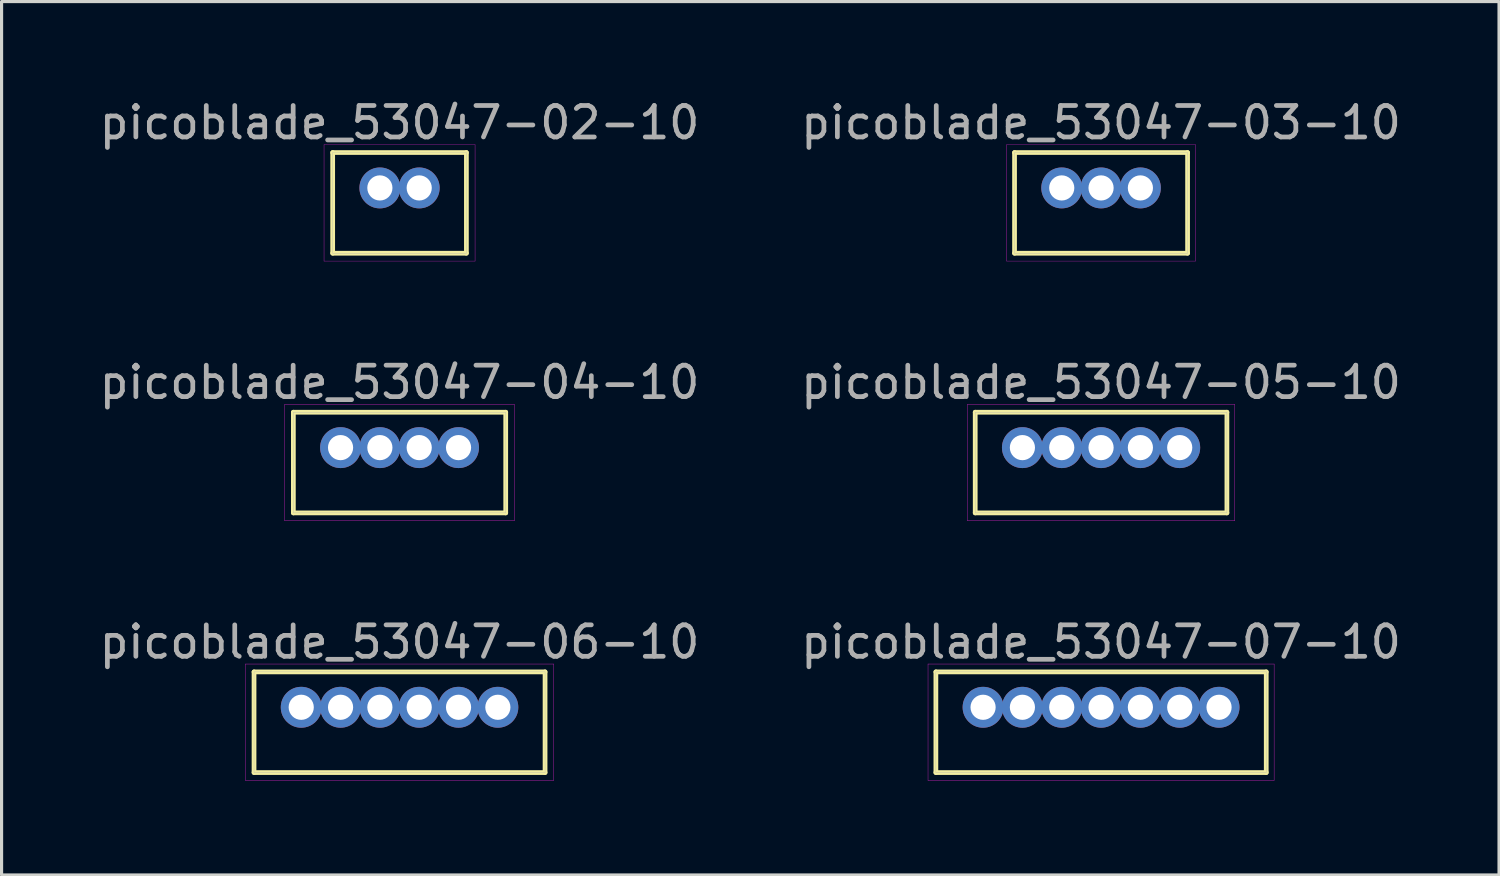
<source format=kicad_pcb>
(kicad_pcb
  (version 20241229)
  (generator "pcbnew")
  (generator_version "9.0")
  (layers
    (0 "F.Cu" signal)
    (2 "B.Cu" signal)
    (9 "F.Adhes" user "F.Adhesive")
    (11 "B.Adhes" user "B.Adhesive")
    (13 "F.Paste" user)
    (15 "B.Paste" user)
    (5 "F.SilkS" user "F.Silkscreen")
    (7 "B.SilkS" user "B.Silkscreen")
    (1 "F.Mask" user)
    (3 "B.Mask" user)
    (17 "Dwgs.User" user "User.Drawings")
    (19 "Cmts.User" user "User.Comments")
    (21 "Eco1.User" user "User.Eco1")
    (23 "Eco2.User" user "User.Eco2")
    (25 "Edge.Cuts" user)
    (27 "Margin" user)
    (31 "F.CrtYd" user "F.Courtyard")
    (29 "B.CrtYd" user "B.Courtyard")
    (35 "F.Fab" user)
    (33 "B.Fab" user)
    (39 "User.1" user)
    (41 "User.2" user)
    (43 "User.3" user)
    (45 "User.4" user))
  (footprint "picoblade_53047-07-10"
    (layer "F.Cu")
    (at 31.946 19.43)
    (property "Reference" "picoblade_53047-07-10" (at 0 -2.075 0) (layer "F.Fab") (effects (font (size 1 1) (thickness 0.15))))
    (attr through_hole)
    (fp_line (start -5.25 -1.125) (end 5.25 -1.125) (stroke (width 0.15) (type solid)) (layer "F.SilkS"))
    (fp_line (start -5.25 2.075) (end -5.25 -1.125) (stroke (width 0.15) (type solid)) (layer "F.SilkS"))
    (fp_line (start 5.25 -1.125) (end 5.25 2.075) (stroke (width 0.15) (type solid)) (layer "F.SilkS"))
    (fp_line (start 5.25 2.075) (end -5.25 2.075) (stroke (width 0.15) (type solid)) (layer "F.SilkS"))
    (fp_line (start -5.5 -1.375) (end 5.5 -1.375) (stroke (width 0.01) (type solid)) (layer "F.CrtYd"))
    (fp_line (start -5.5 2.325) (end -5.5 -1.375) (stroke (width 0.01) (type solid)) (layer "F.CrtYd"))
    (fp_line (start 5.5 -1.375) (end 5.5 2.325) (stroke (width 0.01) (type solid)) (layer "F.CrtYd"))
    (fp_line (start 5.5 2.325) (end -5.5 2.325) (stroke (width 0.01) (type solid)) (layer "F.CrtYd"))
    (fp_line (start -5.25 -1.125) (end 5.25 -1.125) (stroke (width 0.01) (type solid)) (layer "F.Fab"))
    (fp_line (start -5.25 2.075) (end -5.25 -1.125) (stroke (width 0.01) (type solid)) (layer "F.Fab"))
    (fp_line (start -4 -0.25) (end -3.5 -0.25) (stroke (width 0.01) (type solid)) (layer "F.Fab"))
    (fp_line (start -4 0.25) (end -4 -0.25) (stroke (width 0.01) (type solid)) (layer "F.Fab"))
    (fp_line (start -3.5 -0.25) (end -3.5 0.25) (stroke (width 0.01) (type solid)) (layer "F.Fab"))
    (fp_line (start -3.5 0.25) (end -4 0.25) (stroke (width 0.01) (type solid)) (layer "F.Fab"))
    (fp_line (start -2.75 -0.25) (end -2.25 -0.25) (stroke (width 0.01) (type solid)) (layer "F.Fab"))
    (fp_line (start -2.75 0.25) (end -2.75 -0.25) (stroke (width 0.01) (type solid)) (layer "F.Fab"))
    (fp_line (start -2.25 -0.25) (end -2.25 0.25) (stroke (width 0.01) (type solid)) (layer "F.Fab"))
    (fp_line (start -2.25 0.25) (end -2.75 0.25) (stroke (width 0.01) (type solid)) (layer "F.Fab"))
    (fp_line (start -1.5 -0.25) (end -1 -0.25) (stroke (width 0.01) (type solid)) (layer "F.Fab"))
    (fp_line (start -1.5 0.25) (end -1.5 -0.25) (stroke (width 0.01) (type solid)) (layer "F.Fab"))
    (fp_line (start -1 -0.25) (end -1 0.25) (stroke (width 0.01) (type solid)) (layer "F.Fab"))
    (fp_line (start -1 0.25) (end -1.5 0.25) (stroke (width 0.01) (type solid)) (layer "F.Fab"))
    (fp_line (start -0.25 -0.25) (end 0.25 -0.25) (stroke (width 0.01) (type solid)) (layer "F.Fab"))
    (fp_line (start -0.25 0.25) (end -0.25 -0.25) (stroke (width 0.01) (type solid)) (layer "F.Fab"))
    (fp_line (start 0.25 -0.25) (end 0.25 0.25) (stroke (width 0.01) (type solid)) (layer "F.Fab"))
    (fp_line (start 0.25 0.25) (end -0.25 0.25) (stroke (width 0.01) (type solid)) (layer "F.Fab"))
    (fp_line (start 1 -0.25) (end 1.5 -0.25) (stroke (width 0.01) (type solid)) (layer "F.Fab"))
    (fp_line (start 1 0.25) (end 1 -0.25) (stroke (width 0.01) (type solid)) (layer "F.Fab"))
    (fp_line (start 1.5 -0.25) (end 1.5 0.25) (stroke (width 0.01) (type solid)) (layer "F.Fab"))
    (fp_line (start 1.5 0.25) (end 1 0.25) (stroke (width 0.01) (type solid)) (layer "F.Fab"))
    (fp_line (start 2.25 -0.25) (end 2.75 -0.25) (stroke (width 0.01) (type solid)) (layer "F.Fab"))
    (fp_line (start 2.25 0.25) (end 2.25 -0.25) (stroke (width 0.01) (type solid)) (layer "F.Fab"))
    (fp_line (start 2.75 -0.25) (end 2.75 0.25) (stroke (width 0.01) (type solid)) (layer "F.Fab"))
    (fp_line (start 2.75 0.25) (end 2.25 0.25) (stroke (width 0.01) (type solid)) (layer "F.Fab"))
    (fp_line (start 3.5 -0.25) (end 4 -0.25) (stroke (width 0.01) (type solid)) (layer "F.Fab"))
    (fp_line (start 3.5 0.25) (end 3.5 -0.25) (stroke (width 0.01) (type solid)) (layer "F.Fab"))
    (fp_line (start 4 -0.25) (end 4 0.25) (stroke (width 0.01) (type solid)) (layer "F.Fab"))
    (fp_line (start 4 0.25) (end 3.5 0.25) (stroke (width 0.01) (type solid)) (layer "F.Fab"))
    (fp_line (start 5.25 -1.125) (end 5.25 2.075) (stroke (width 0.01) (type solid)) (layer "F.Fab"))
    (fp_line (start 5.25 2.075) (end -5.25 2.075) (stroke (width 0.01) (type solid)) (layer "F.Fab"))
    (pad "1" thru_hole circle (at 3.75 0) (size 1.3 1.3) (drill 0.8) (layers "*.Cu" "*.Mask"))
    (pad "2" thru_hole circle (at 2.5 0) (size 1.3 1.3) (drill 0.8) (layers "*.Cu" "*.Mask"))
    (pad "3" thru_hole circle (at 1.25 0) (size 1.3 1.3) (drill 0.8) (layers "*.Cu" "*.Mask"))
    (pad "4" thru_hole circle (at 0 0) (size 1.3 1.3) (drill 0.8) (layers "*.Cu" "*.Mask"))
    (pad "5" thru_hole circle (at -1.25 0) (size 1.3 1.3) (drill 0.8) (layers "*.Cu" "*.Mask"))
    (pad "6" thru_hole circle (at -2.5 0) (size 1.3 1.3) (drill 0.8) (layers "*.Cu" "*.Mask"))
    (pad "7" thru_hole circle (at -3.75 0) (size 1.3 1.3) (drill 0.8) (layers "*.Cu" "*.Mask")))
  (footprint "picoblade_53047-05-10"
    (layer "F.Cu")
    (at 31.946 11.177)
    (property "Reference" "picoblade_53047-05-10" (at 0 -2.075 0) (layer "F.Fab") (effects (font (size 1 1) (thickness 0.15))))
    (attr through_hole)
    (fp_line (start -4 -1.125) (end 4 -1.125) (stroke (width 0.15) (type solid)) (layer "F.SilkS"))
    (fp_line (start -4 2.075) (end -4 -1.125) (stroke (width 0.15) (type solid)) (layer "F.SilkS"))
    (fp_line (start 4 -1.125) (end 4 2.075) (stroke (width 0.15) (type solid)) (layer "F.SilkS"))
    (fp_line (start 4 2.075) (end -4 2.075) (stroke (width 0.15) (type solid)) (layer "F.SilkS"))
    (fp_line (start -4.25 -1.375) (end 4.25 -1.375) (stroke (width 0.01) (type solid)) (layer "F.CrtYd"))
    (fp_line (start -4.25 2.325) (end -4.25 -1.375) (stroke (width 0.01) (type solid)) (layer "F.CrtYd"))
    (fp_line (start 4.25 -1.375) (end 4.25 2.325) (stroke (width 0.01) (type solid)) (layer "F.CrtYd"))
    (fp_line (start 4.25 2.325) (end -4.25 2.325) (stroke (width 0.01) (type solid)) (layer "F.CrtYd"))
    (fp_line (start -4 -1.125) (end 4 -1.125) (stroke (width 0.01) (type solid)) (layer "F.Fab"))
    (fp_line (start -4 2.075) (end -4 -1.125) (stroke (width 0.01) (type solid)) (layer "F.Fab"))
    (fp_line (start -2.75 -0.25) (end -2.25 -0.25) (stroke (width 0.01) (type solid)) (layer "F.Fab"))
    (fp_line (start -2.75 0.25) (end -2.75 -0.25) (stroke (width 0.01) (type solid)) (layer "F.Fab"))
    (fp_line (start -2.25 -0.25) (end -2.25 0.25) (stroke (width 0.01) (type solid)) (layer "F.Fab"))
    (fp_line (start -2.25 0.25) (end -2.75 0.25) (stroke (width 0.01) (type solid)) (layer "F.Fab"))
    (fp_line (start -1.5 -0.25) (end -1 -0.25) (stroke (width 0.01) (type solid)) (layer "F.Fab"))
    (fp_line (start -1.5 0.25) (end -1.5 -0.25) (stroke (width 0.01) (type solid)) (layer "F.Fab"))
    (fp_line (start -1 -0.25) (end -1 0.25) (stroke (width 0.01) (type solid)) (layer "F.Fab"))
    (fp_line (start -1 0.25) (end -1.5 0.25) (stroke (width 0.01) (type solid)) (layer "F.Fab"))
    (fp_line (start -0.25 -0.25) (end 0.25 -0.25) (stroke (width 0.01) (type solid)) (layer "F.Fab"))
    (fp_line (start -0.25 0.25) (end -0.25 -0.25) (stroke (width 0.01) (type solid)) (layer "F.Fab"))
    (fp_line (start 0.25 -0.25) (end 0.25 0.25) (stroke (width 0.01) (type solid)) (layer "F.Fab"))
    (fp_line (start 0.25 0.25) (end -0.25 0.25) (stroke (width 0.01) (type solid)) (layer "F.Fab"))
    (fp_line (start 1 -0.25) (end 1.5 -0.25) (stroke (width 0.01) (type solid)) (layer "F.Fab"))
    (fp_line (start 1 0.25) (end 1 -0.25) (stroke (width 0.01) (type solid)) (layer "F.Fab"))
    (fp_line (start 1.5 -0.25) (end 1.5 0.25) (stroke (width 0.01) (type solid)) (layer "F.Fab"))
    (fp_line (start 1.5 0.25) (end 1 0.25) (stroke (width 0.01) (type solid)) (layer "F.Fab"))
    (fp_line (start 2.25 -0.25) (end 2.75 -0.25) (stroke (width 0.01) (type solid)) (layer "F.Fab"))
    (fp_line (start 2.25 0.25) (end 2.25 -0.25) (stroke (width 0.01) (type solid)) (layer "F.Fab"))
    (fp_line (start 2.75 -0.25) (end 2.75 0.25) (stroke (width 0.01) (type solid)) (layer "F.Fab"))
    (fp_line (start 2.75 0.25) (end 2.25 0.25) (stroke (width 0.01) (type solid)) (layer "F.Fab"))
    (fp_line (start 4 -1.125) (end 4 2.075) (stroke (width 0.01) (type solid)) (layer "F.Fab"))
    (fp_line (start 4 2.075) (end -4 2.075) (stroke (width 0.01) (type solid)) (layer "F.Fab"))
    (pad "1" thru_hole circle (at 2.5 0) (size 1.3 1.3) (drill 0.8) (layers "*.Cu" "*.Mask"))
    (pad "2" thru_hole circle (at 1.25 0) (size 1.3 1.3) (drill 0.8) (layers "*.Cu" "*.Mask"))
    (pad "3" thru_hole circle (at 0 0) (size 1.3 1.3) (drill 0.8) (layers "*.Cu" "*.Mask"))
    (pad "4" thru_hole circle (at -1.25 0) (size 1.3 1.3) (drill 0.8) (layers "*.Cu" "*.Mask"))
    (pad "5" thru_hole circle (at -2.5 0) (size 1.3 1.3) (drill 0.8) (layers "*.Cu" "*.Mask")))
  (footprint "picoblade_53047-04-10"
    (layer "F.Cu")
    (at 9.649 11.177)
    (property "Reference" "picoblade_53047-04-10" (at 0 -2.075 0) (layer "F.Fab") (effects (font (size 1 1) (thickness 0.15))))
    (attr through_hole)
    (fp_line (start -3.375 -1.125) (end 3.375 -1.125) (stroke (width 0.15) (type solid)) (layer "F.SilkS"))
    (fp_line (start -3.375 2.075) (end -3.375 -1.125) (stroke (width 0.15) (type solid)) (layer "F.SilkS"))
    (fp_line (start 3.375 -1.125) (end 3.375 2.075) (stroke (width 0.15) (type solid)) (layer "F.SilkS"))
    (fp_line (start 3.375 2.075) (end -3.375 2.075) (stroke (width 0.15) (type solid)) (layer "F.SilkS"))
    (fp_line (start -3.65 -1.375) (end 3.65 -1.375) (stroke (width 0.01) (type solid)) (layer "F.CrtYd"))
    (fp_line (start -3.65 2.325) (end -3.65 -1.375) (stroke (width 0.01) (type solid)) (layer "F.CrtYd"))
    (fp_line (start 3.65 -1.375) (end 3.65 2.325) (stroke (width 0.01) (type solid)) (layer "F.CrtYd"))
    (fp_line (start 3.65 2.325) (end -3.65 2.325) (stroke (width 0.01) (type solid)) (layer "F.CrtYd"))
    (fp_line (start -3.375 -1.125) (end 3.375 -1.125) (stroke (width 0.01) (type solid)) (layer "F.Fab"))
    (fp_line (start -3.375 2.075) (end -3.375 -1.125) (stroke (width 0.01) (type solid)) (layer "F.Fab"))
    (fp_line (start -2.125 -0.25) (end -1.625 -0.25) (stroke (width 0.01) (type solid)) (layer "F.Fab"))
    (fp_line (start -2.125 0.25) (end -2.125 -0.25) (stroke (width 0.01) (type solid)) (layer "F.Fab"))
    (fp_line (start -1.625 -0.25) (end -1.625 0.25) (stroke (width 0.01) (type solid)) (layer "F.Fab"))
    (fp_line (start -1.625 0.25) (end -2.125 0.25) (stroke (width 0.01) (type solid)) (layer "F.Fab"))
    (fp_line (start -0.875 -0.25) (end -0.375 -0.25) (stroke (width 0.01) (type solid)) (layer "F.Fab"))
    (fp_line (start -0.875 0.25) (end -0.875 -0.25) (stroke (width 0.01) (type solid)) (layer "F.Fab"))
    (fp_line (start -0.375 -0.25) (end -0.375 0.25) (stroke (width 0.01) (type solid)) (layer "F.Fab"))
    (fp_line (start -0.375 0.25) (end -0.875 0.25) (stroke (width 0.01) (type solid)) (layer "F.Fab"))
    (fp_line (start 0.375 -0.25) (end 0.875 -0.25) (stroke (width 0.01) (type solid)) (layer "F.Fab"))
    (fp_line (start 0.375 0.25) (end 0.375 -0.25) (stroke (width 0.01) (type solid)) (layer "F.Fab"))
    (fp_line (start 0.875 -0.25) (end 0.875 0.25) (stroke (width 0.01) (type solid)) (layer "F.Fab"))
    (fp_line (start 0.875 0.25) (end 0.375 0.25) (stroke (width 0.01) (type solid)) (layer "F.Fab"))
    (fp_line (start 1.625 -0.25) (end 2.125 -0.25) (stroke (width 0.01) (type solid)) (layer "F.Fab"))
    (fp_line (start 1.625 0.25) (end 1.625 -0.25) (stroke (width 0.01) (type solid)) (layer "F.Fab"))
    (fp_line (start 2.125 -0.25) (end 2.125 0.25) (stroke (width 0.01) (type solid)) (layer "F.Fab"))
    (fp_line (start 2.125 0.25) (end 1.625 0.25) (stroke (width 0.01) (type solid)) (layer "F.Fab"))
    (fp_line (start 3.375 -1.125) (end 3.375 2.075) (stroke (width 0.01) (type solid)) (layer "F.Fab"))
    (fp_line (start 3.375 2.075) (end -3.375 2.075) (stroke (width 0.01) (type solid)) (layer "F.Fab"))
    (pad "1" thru_hole circle (at 1.875 0) (size 1.3 1.3) (drill 0.8) (layers "*.Cu" "*.Mask"))
    (pad "2" thru_hole circle (at 0.625 0) (size 1.3 1.3) (drill 0.8) (layers "*.Cu" "*.Mask"))
    (pad "3" thru_hole circle (at -0.625 0) (size 1.3 1.3) (drill 0.8) (layers "*.Cu" "*.Mask"))
    (pad "4" thru_hole circle (at -1.875 0) (size 1.3 1.3) (drill 0.8) (layers "*.Cu" "*.Mask")))
  (footprint "picoblade_53047-06-10"
    (layer "F.Cu")
    (at 9.649 19.43)
    (property "Reference" "picoblade_53047-06-10" (at 0 -2.075 0) (layer "F.Fab") (effects (font (size 1 1) (thickness 0.15))))
    (attr through_hole)
    (fp_line (start -4.625 -1.125) (end 4.625 -1.125) (stroke (width 0.15) (type solid)) (layer "F.SilkS"))
    (fp_line (start -4.625 2.075) (end -4.625 -1.125) (stroke (width 0.15) (type solid)) (layer "F.SilkS"))
    (fp_line (start 4.625 -1.125) (end 4.625 2.075) (stroke (width 0.15) (type solid)) (layer "F.SilkS"))
    (fp_line (start 4.625 2.075) (end -4.625 2.075) (stroke (width 0.15) (type solid)) (layer "F.SilkS"))
    (fp_line (start -4.9 -1.375) (end 4.9 -1.375) (stroke (width 0.01) (type solid)) (layer "F.CrtYd"))
    (fp_line (start -4.9 2.325) (end -4.9 -1.375) (stroke (width 0.01) (type solid)) (layer "F.CrtYd"))
    (fp_line (start 4.9 -1.375) (end 4.9 2.325) (stroke (width 0.01) (type solid)) (layer "F.CrtYd"))
    (fp_line (start 4.9 2.325) (end -4.9 2.325) (stroke (width 0.01) (type solid)) (layer "F.CrtYd"))
    (fp_line (start -4.625 -1.125) (end 4.625 -1.125) (stroke (width 0.01) (type solid)) (layer "F.Fab"))
    (fp_line (start -4.625 2.075) (end -4.625 -1.125) (stroke (width 0.01) (type solid)) (layer "F.Fab"))
    (fp_line (start -3.375 -0.25) (end -2.875 -0.25) (stroke (width 0.01) (type solid)) (layer "F.Fab"))
    (fp_line (start -3.375 0.25) (end -3.375 -0.25) (stroke (width 0.01) (type solid)) (layer "F.Fab"))
    (fp_line (start -2.875 -0.25) (end -2.875 0.25) (stroke (width 0.01) (type solid)) (layer "F.Fab"))
    (fp_line (start -2.875 0.25) (end -3.375 0.25) (stroke (width 0.01) (type solid)) (layer "F.Fab"))
    (fp_line (start -2.125 -0.25) (end -1.625 -0.25) (stroke (width 0.01) (type solid)) (layer "F.Fab"))
    (fp_line (start -2.125 0.25) (end -2.125 -0.25) (stroke (width 0.01) (type solid)) (layer "F.Fab"))
    (fp_line (start -1.625 -0.25) (end -1.625 0.25) (stroke (width 0.01) (type solid)) (layer "F.Fab"))
    (fp_line (start -1.625 0.25) (end -2.125 0.25) (stroke (width 0.01) (type solid)) (layer "F.Fab"))
    (fp_line (start -0.875 -0.25) (end -0.375 -0.25) (stroke (width 0.01) (type solid)) (layer "F.Fab"))
    (fp_line (start -0.875 0.25) (end -0.875 -0.25) (stroke (width 0.01) (type solid)) (layer "F.Fab"))
    (fp_line (start -0.375 -0.25) (end -0.375 0.25) (stroke (width 0.01) (type solid)) (layer "F.Fab"))
    (fp_line (start -0.375 0.25) (end -0.875 0.25) (stroke (width 0.01) (type solid)) (layer "F.Fab"))
    (fp_line (start 0.375 -0.25) (end 0.875 -0.25) (stroke (width 0.01) (type solid)) (layer "F.Fab"))
    (fp_line (start 0.375 0.25) (end 0.375 -0.25) (stroke (width 0.01) (type solid)) (layer "F.Fab"))
    (fp_line (start 0.875 -0.25) (end 0.875 0.25) (stroke (width 0.01) (type solid)) (layer "F.Fab"))
    (fp_line (start 0.875 0.25) (end 0.375 0.25) (stroke (width 0.01) (type solid)) (layer "F.Fab"))
    (fp_line (start 1.625 -0.25) (end 2.125 -0.25) (stroke (width 0.01) (type solid)) (layer "F.Fab"))
    (fp_line (start 1.625 0.25) (end 1.625 -0.25) (stroke (width 0.01) (type solid)) (layer "F.Fab"))
    (fp_line (start 2.125 -0.25) (end 2.125 0.25) (stroke (width 0.01) (type solid)) (layer "F.Fab"))
    (fp_line (start 2.125 0.25) (end 1.625 0.25) (stroke (width 0.01) (type solid)) (layer "F.Fab"))
    (fp_line (start 2.875 -0.25) (end 3.375 -0.25) (stroke (width 0.01) (type solid)) (layer "F.Fab"))
    (fp_line (start 2.875 0.25) (end 2.875 -0.25) (stroke (width 0.01) (type solid)) (layer "F.Fab"))
    (fp_line (start 3.375 -0.25) (end 3.375 0.25) (stroke (width 0.01) (type solid)) (layer "F.Fab"))
    (fp_line (start 3.375 0.25) (end 2.875 0.25) (stroke (width 0.01) (type solid)) (layer "F.Fab"))
    (fp_line (start 4.625 -1.125) (end 4.625 2.075) (stroke (width 0.01) (type solid)) (layer "F.Fab"))
    (fp_line (start 4.625 2.075) (end -4.625 2.075) (stroke (width 0.01) (type solid)) (layer "F.Fab"))
    (pad "1" thru_hole circle (at 3.125 0) (size 1.3 1.3) (drill 0.8) (layers "*.Cu" "*.Mask"))
    (pad "2" thru_hole circle (at 1.875 0) (size 1.3 1.3) (drill 0.8) (layers "*.Cu" "*.Mask"))
    (pad "3" thru_hole circle (at 0.625 0) (size 1.3 1.3) (drill 0.8) (layers "*.Cu" "*.Mask"))
    (pad "4" thru_hole circle (at -0.625 0) (size 1.3 1.3) (drill 0.8) (layers "*.Cu" "*.Mask"))
    (pad "5" thru_hole circle (at -1.875 0) (size 1.3 1.3) (drill 0.8) (layers "*.Cu" "*.Mask"))
    (pad "6" thru_hole circle (at -3.125 0) (size 1.3 1.3) (drill 0.8) (layers "*.Cu" "*.Mask")))
  (footprint "picoblade_53047-02-10"
    (layer "F.Cu")
    (at 9.649 2.923)
    (property "Reference" "picoblade_53047-02-10" (at 0 -2.075 0) (layer "F.Fab") (effects (font (size 1 1) (thickness 0.15))))
    (attr through_hole)
    (fp_line (start -2.125 -1.125) (end 2.125 -1.125) (stroke (width 0.15) (type solid)) (layer "F.SilkS"))
    (fp_line (start -2.125 2.075) (end -2.125 -1.125) (stroke (width 0.15) (type solid)) (layer "F.SilkS"))
    (fp_line (start 2.125 -1.125) (end 2.125 2.075) (stroke (width 0.15) (type solid)) (layer "F.SilkS"))
    (fp_line (start 2.125 2.075) (end -2.125 2.075) (stroke (width 0.15) (type solid)) (layer "F.SilkS"))
    (fp_line (start -2.4 -1.375) (end 2.4 -1.375) (stroke (width 0.01) (type solid)) (layer "F.CrtYd"))
    (fp_line (start -2.4 2.325) (end -2.4 -1.375) (stroke (width 0.01) (type solid)) (layer "F.CrtYd"))
    (fp_line (start 2.4 -1.375) (end 2.4 2.325) (stroke (width 0.01) (type solid)) (layer "F.CrtYd"))
    (fp_line (start 2.4 2.325) (end -2.4 2.325) (stroke (width 0.01) (type solid)) (layer "F.CrtYd"))
    (fp_line (start -2.125 -1.125) (end 2.125 -1.125) (stroke (width 0.01) (type solid)) (layer "F.Fab"))
    (fp_line (start -2.125 2.075) (end -2.125 -1.125) (stroke (width 0.01) (type solid)) (layer "F.Fab"))
    (fp_line (start -0.875 -0.25) (end -0.375 -0.25) (stroke (width 0.01) (type solid)) (layer "F.Fab"))
    (fp_line (start -0.875 0.25) (end -0.875 -0.25) (stroke (width 0.01) (type solid)) (layer "F.Fab"))
    (fp_line (start -0.375 -0.25) (end -0.375 0.25) (stroke (width 0.01) (type solid)) (layer "F.Fab"))
    (fp_line (start -0.375 0.25) (end -0.875 0.25) (stroke (width 0.01) (type solid)) (layer "F.Fab"))
    (fp_line (start 0.375 -0.25) (end 0.875 -0.25) (stroke (width 0.01) (type solid)) (layer "F.Fab"))
    (fp_line (start 0.375 0.25) (end 0.375 -0.25) (stroke (width 0.01) (type solid)) (layer "F.Fab"))
    (fp_line (start 0.875 -0.25) (end 0.875 0.25) (stroke (width 0.01) (type solid)) (layer "F.Fab"))
    (fp_line (start 0.875 0.25) (end 0.375 0.25) (stroke (width 0.01) (type solid)) (layer "F.Fab"))
    (fp_line (start 2.125 -1.125) (end 2.125 2.075) (stroke (width 0.01) (type solid)) (layer "F.Fab"))
    (fp_line (start 2.125 2.075) (end -2.125 2.075) (stroke (width 0.01) (type solid)) (layer "F.Fab"))
    (pad "1" thru_hole circle (at 0.625 0) (size 1.3 1.3) (drill 0.8) (layers "*.Cu" "*.Mask"))
    (pad "2" thru_hole circle (at -0.625 0) (size 1.3 1.3) (drill 0.8) (layers "*.Cu" "*.Mask")))
  (footprint "picoblade_53047-03-10"
    (layer "F.Cu")
    (at 31.946 2.923)
    (property "Reference" "picoblade_53047-03-10" (at 0 -2.075 0) (layer "F.Fab") (effects (font (size 1 1) (thickness 0.15))))
    (attr through_hole)
    (fp_line (start -2.75 -1.125) (end 2.75 -1.125) (stroke (width 0.15) (type solid)) (layer "F.SilkS"))
    (fp_line (start -2.75 2.075) (end -2.75 -1.125) (stroke (width 0.15) (type solid)) (layer "F.SilkS"))
    (fp_line (start 2.75 -1.125) (end 2.75 2.075) (stroke (width 0.15) (type solid)) (layer "F.SilkS"))
    (fp_line (start 2.75 2.075) (end -2.75 2.075) (stroke (width 0.15) (type solid)) (layer "F.SilkS"))
    (fp_line (start -3 -1.375) (end 3 -1.375) (stroke (width 0.01) (type solid)) (layer "F.CrtYd"))
    (fp_line (start -3 2.325) (end -3 -1.375) (stroke (width 0.01) (type solid)) (layer "F.CrtYd"))
    (fp_line (start 3 -1.375) (end 3 2.325) (stroke (width 0.01) (type solid)) (layer "F.CrtYd"))
    (fp_line (start 3 2.325) (end -3 2.325) (stroke (width 0.01) (type solid)) (layer "F.CrtYd"))
    (fp_line (start -2.75 -1.125) (end 2.75 -1.125) (stroke (width 0.01) (type solid)) (layer "F.Fab"))
    (fp_line (start -2.75 2.075) (end -2.75 -1.125) (stroke (width 0.01) (type solid)) (layer "F.Fab"))
    (fp_line (start -1.5 -0.25) (end -1 -0.25) (stroke (width 0.01) (type solid)) (layer "F.Fab"))
    (fp_line (start -1.5 0.25) (end -1.5 -0.25) (stroke (width 0.01) (type solid)) (layer "F.Fab"))
    (fp_line (start -1 -0.25) (end -1 0.25) (stroke (width 0.01) (type solid)) (layer "F.Fab"))
    (fp_line (start -1 0.25) (end -1.5 0.25) (stroke (width 0.01) (type solid)) (layer "F.Fab"))
    (fp_line (start -0.25 -0.25) (end 0.25 -0.25) (stroke (width 0.01) (type solid)) (layer "F.Fab"))
    (fp_line (start -0.25 0.25) (end -0.25 -0.25) (stroke (width 0.01) (type solid)) (layer "F.Fab"))
    (fp_line (start 0.25 -0.25) (end 0.25 0.25) (stroke (width 0.01) (type solid)) (layer "F.Fab"))
    (fp_line (start 0.25 0.25) (end -0.25 0.25) (stroke (width 0.01) (type solid)) (layer "F.Fab"))
    (fp_line (start 1 -0.25) (end 1.5 -0.25) (stroke (width 0.01) (type solid)) (layer "F.Fab"))
    (fp_line (start 1 0.25) (end 1 -0.25) (stroke (width 0.01) (type solid)) (layer "F.Fab"))
    (fp_line (start 1.5 -0.25) (end 1.5 0.25) (stroke (width 0.01) (type solid)) (layer "F.Fab"))
    (fp_line (start 1.5 0.25) (end 1 0.25) (stroke (width 0.01) (type solid)) (layer "F.Fab"))
    (fp_line (start 2.75 -1.125) (end 2.75 2.075) (stroke (width 0.01) (type solid)) (layer "F.Fab"))
    (fp_line (start 2.75 2.075) (end -2.75 2.075) (stroke (width 0.01) (type solid)) (layer "F.Fab"))
    (pad "1" thru_hole circle (at 1.25 0) (size 1.3 1.3) (drill 0.8) (layers "*.Cu" "*.Mask"))
    (pad "2" thru_hole circle (at 0 0) (size 1.3 1.3) (drill 0.8) (layers "*.Cu" "*.Mask"))
    (pad "3" thru_hole circle (at -1.25 0) (size 1.3 1.3) (drill 0.8) (layers "*.Cu" "*.Mask")))
  (gr_rect
    (start -3 -3)
    (end 44.595 24.76)
    (stroke (width 0.1) (type default))
    (fill no)
    (layer "Edge.Cuts")))
</source>
